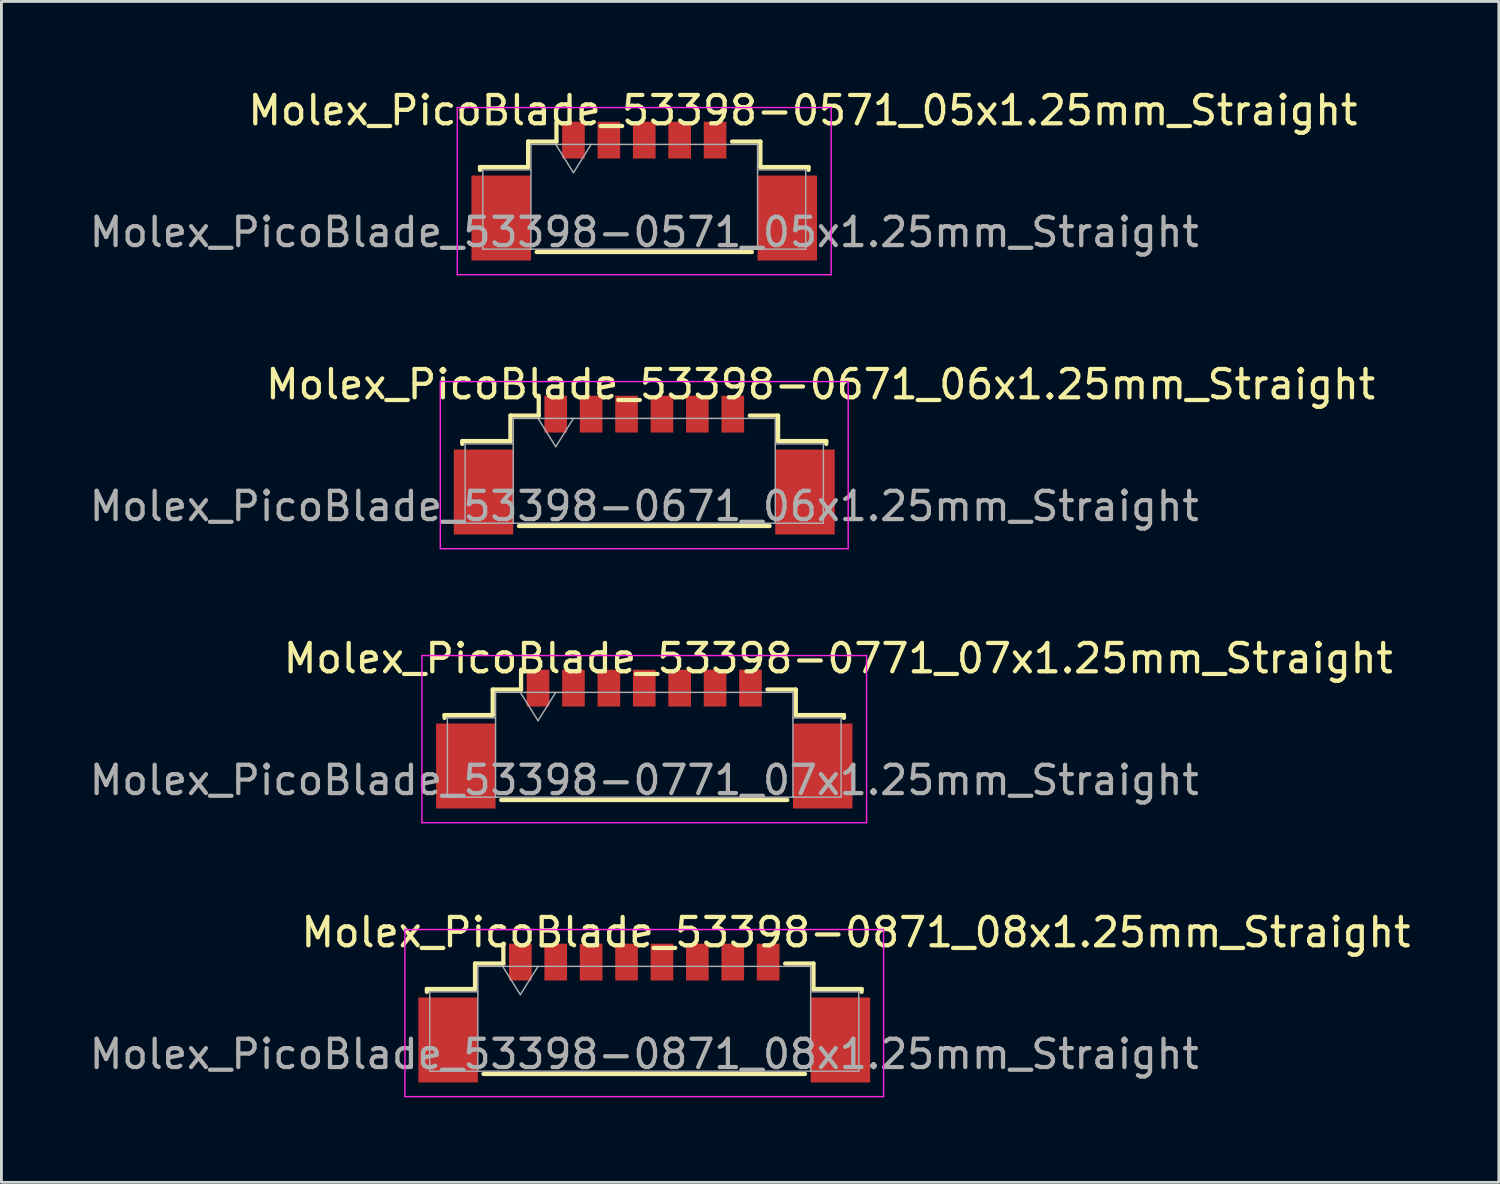
<source format=kicad_pcb>
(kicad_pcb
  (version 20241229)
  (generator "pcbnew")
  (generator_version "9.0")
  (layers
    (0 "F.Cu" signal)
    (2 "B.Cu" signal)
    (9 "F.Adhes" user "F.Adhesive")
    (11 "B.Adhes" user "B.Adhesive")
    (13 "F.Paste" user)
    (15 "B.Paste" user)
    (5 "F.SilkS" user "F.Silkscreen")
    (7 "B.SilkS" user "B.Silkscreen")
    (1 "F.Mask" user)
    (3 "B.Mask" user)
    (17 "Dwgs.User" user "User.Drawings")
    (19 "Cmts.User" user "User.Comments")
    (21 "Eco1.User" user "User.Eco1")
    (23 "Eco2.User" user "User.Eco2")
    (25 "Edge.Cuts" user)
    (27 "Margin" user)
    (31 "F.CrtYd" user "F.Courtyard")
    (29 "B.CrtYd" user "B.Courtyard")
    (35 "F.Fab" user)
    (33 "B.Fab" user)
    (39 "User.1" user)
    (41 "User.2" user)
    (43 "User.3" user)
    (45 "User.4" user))
  (footprint "Molex_PicoBlade_53398-0871_08x1.25mm_Straight"
    (layer "F.Cu")
    (at 19.696 33.668)
    (property "Reference" "Molex_PicoBlade_53398-0871_08x1.25mm_Straight" (at 0 0.5 0) (layer "F.Fab") (effects (font (size 1 1) (thickness 0.15))))
    (attr through_hole)
    (fp_line (start -7.675 -1.8) (end -7.675 -1.7) (stroke (width 0.15) (type solid)) (layer "F.SilkS"))
    (fp_line (start -5.975 -2.7) (end -5.975 -1.8) (stroke (width 0.15) (type solid)) (layer "F.SilkS"))
    (fp_line (start -5.975 -1.8) (end -7.675 -1.8) (stroke (width 0.15) (type solid)) (layer "F.SilkS"))
    (fp_line (start -5.675 1.2) (end 5.675 1.2) (stroke (width 0.15) (type solid)) (layer "F.SilkS"))
    (fp_line (start -4.975 -3.4) (end -4.975 -2.7) (stroke (width 0.15) (type solid)) (layer "F.SilkS"))
    (fp_line (start -4.975 -2.7) (end -5.975 -2.7) (stroke (width 0.15) (type solid)) (layer "F.SilkS"))
    (fp_line (start 4.975 -2.7) (end 5.975 -2.7) (stroke (width 0.15) (type solid)) (layer "F.SilkS"))
    (fp_line (start 5.975 -2.7) (end 5.975 -1.8) (stroke (width 0.15) (type solid)) (layer "F.SilkS"))
    (fp_line (start 5.975 -1.8) (end 7.675 -1.8) (stroke (width 0.15) (type solid)) (layer "F.SilkS"))
    (fp_line (start 7.675 -1.8) (end 7.675 -1.7) (stroke (width 0.15) (type solid)) (layer "F.SilkS"))
    (fp_line (start -8.45 -3.9) (end -8.45 2) (stroke (width 0.05) (type solid)) (layer "F.CrtYd"))
    (fp_line (start -8.45 2) (end 8.45 2) (stroke (width 0.05) (type solid)) (layer "F.CrtYd"))
    (fp_line (start 8.45 -3.9) (end -8.45 -3.9) (stroke (width 0.05) (type solid)) (layer "F.CrtYd"))
    (fp_line (start 8.45 2) (end 8.45 -3.9) (stroke (width 0.05) (type solid)) (layer "F.CrtYd"))
    (fp_line (start -7.575 -1.7) (end -5.875 -1.7) (stroke (width 0.05) (type solid)) (layer "F.Fab"))
    (fp_line (start -7.575 1.1) (end -7.575 -1.7) (stroke (width 0.05) (type solid)) (layer "F.Fab"))
    (fp_line (start -5.875 -2.6) (end 5.875 -2.6) (stroke (width 0.05) (type solid)) (layer "F.Fab"))
    (fp_line (start -5.875 1.1) (end -7.575 1.1) (stroke (width 0.05) (type solid)) (layer "F.Fab"))
    (fp_line (start -5.875 1.1) (end -5.875 -2.6) (stroke (width 0.05) (type solid)) (layer "F.Fab"))
    (fp_line (start -5 -2.6) (end -4.375 -1.6) (stroke (width 0.05) (type solid)) (layer "F.Fab"))
    (fp_line (start -4.375 -1.6) (end -3.75 -2.6) (stroke (width 0.05) (type solid)) (layer "F.Fab"))
    (fp_line (start 5.875 -2.6) (end 5.875 1.1) (stroke (width 0.05) (type solid)) (layer "F.Fab"))
    (fp_line (start 5.875 -1.7) (end 7.575 -1.7) (stroke (width 0.05) (type solid)) (layer "F.Fab"))
    (fp_line (start 5.875 1.1) (end -5.875 1.1) (stroke (width 0.05) (type solid)) (layer "F.Fab"))
    (fp_line (start 7.575 -1.7) (end 7.575 1.1) (stroke (width 0.05) (type solid)) (layer "F.Fab"))
    (fp_line (start 7.575 1.1) (end 5.875 1.1) (stroke (width 0.05) (type solid)) (layer "F.Fab"))
    (fp_text user "${REFERENCE}" (at 7.475 -3.8 0) (layer "F.SilkS") (effects (font (size 1 1) (thickness 0.15))))
    (pad "" smd rect (at -6.925 0) (size 2.1 3) (layers "F.Cu" "F.Mask" "F.Paste"))
    (pad "" smd rect (at 6.925 0) (size 2.1 3) (layers "F.Cu" "F.Mask" "F.Paste"))
    (pad "1" smd rect (at -4.375 -2.75) (size 0.8 1.3) (layers "F.Cu" "F.Mask" "F.Paste"))
    (pad "2" smd rect (at -3.125 -2.75) (size 0.8 1.3) (layers "F.Cu" "F.Mask" "F.Paste"))
    (pad "3" smd rect (at -1.875 -2.75) (size 0.8 1.3) (layers "F.Cu" "F.Mask" "F.Paste"))
    (pad "4" smd rect (at -0.625 -2.75) (size 0.8 1.3) (layers "F.Cu" "F.Mask" "F.Paste"))
    (pad "5" smd rect (at 0.625 -2.75) (size 0.8 1.3) (layers "F.Cu" "F.Mask" "F.Paste"))
    (pad "6" smd rect (at 1.875 -2.75) (size 0.8 1.3) (layers "F.Cu" "F.Mask" "F.Paste"))
    (pad "7" smd rect (at 3.125 -2.75) (size 0.8 1.3) (layers "F.Cu" "F.Mask" "F.Paste"))
    (pad "8" smd rect (at 4.375 -2.75) (size 0.8 1.3) (layers "F.Cu" "F.Mask" "F.Paste")))
  (footprint "Molex_PicoBlade_53398-0771_07x1.25mm_Straight"
    (layer "F.Cu")
    (at 19.696 23.995)
    (property "Reference" "Molex_PicoBlade_53398-0771_07x1.25mm_Straight" (at 0 0.5 0) (layer "F.Fab") (effects (font (size 1 1) (thickness 0.15))))
    (attr through_hole)
    (fp_line (start -7.05 -1.8) (end -7.05 -1.7) (stroke (width 0.15) (type solid)) (layer "F.SilkS"))
    (fp_line (start -5.35 -2.7) (end -5.35 -1.8) (stroke (width 0.15) (type solid)) (layer "F.SilkS"))
    (fp_line (start -5.35 -1.8) (end -7.05 -1.8) (stroke (width 0.15) (type solid)) (layer "F.SilkS"))
    (fp_line (start -5.05 1.2) (end 5.05 1.2) (stroke (width 0.15) (type solid)) (layer "F.SilkS"))
    (fp_line (start -4.35 -3.4) (end -4.35 -2.7) (stroke (width 0.15) (type solid)) (layer "F.SilkS"))
    (fp_line (start -4.35 -2.7) (end -5.35 -2.7) (stroke (width 0.15) (type solid)) (layer "F.SilkS"))
    (fp_line (start 4.35 -2.7) (end 5.35 -2.7) (stroke (width 0.15) (type solid)) (layer "F.SilkS"))
    (fp_line (start 5.35 -2.7) (end 5.35 -1.8) (stroke (width 0.15) (type solid)) (layer "F.SilkS"))
    (fp_line (start 5.35 -1.8) (end 7.05 -1.8) (stroke (width 0.15) (type solid)) (layer "F.SilkS"))
    (fp_line (start 7.05 -1.8) (end 7.05 -1.7) (stroke (width 0.15) (type solid)) (layer "F.SilkS"))
    (fp_line (start -7.85 -3.9) (end -7.85 2) (stroke (width 0.05) (type solid)) (layer "F.CrtYd"))
    (fp_line (start -7.85 2) (end 7.85 2) (stroke (width 0.05) (type solid)) (layer "F.CrtYd"))
    (fp_line (start 7.85 -3.9) (end -7.85 -3.9) (stroke (width 0.05) (type solid)) (layer "F.CrtYd"))
    (fp_line (start 7.85 2) (end 7.85 -3.9) (stroke (width 0.05) (type solid)) (layer "F.CrtYd"))
    (fp_line (start -6.95 -1.7) (end -5.25 -1.7) (stroke (width 0.05) (type solid)) (layer "F.Fab"))
    (fp_line (start -6.95 1.1) (end -6.95 -1.7) (stroke (width 0.05) (type solid)) (layer "F.Fab"))
    (fp_line (start -5.25 -2.6) (end 5.25 -2.6) (stroke (width 0.05) (type solid)) (layer "F.Fab"))
    (fp_line (start -5.25 1.1) (end -6.95 1.1) (stroke (width 0.05) (type solid)) (layer "F.Fab"))
    (fp_line (start -5.25 1.1) (end -5.25 -2.6) (stroke (width 0.05) (type solid)) (layer "F.Fab"))
    (fp_line (start -4.375 -2.6) (end -3.75 -1.6) (stroke (width 0.05) (type solid)) (layer "F.Fab"))
    (fp_line (start -3.75 -1.6) (end -3.125 -2.6) (stroke (width 0.05) (type solid)) (layer "F.Fab"))
    (fp_line (start 5.25 -2.6) (end 5.25 1.1) (stroke (width 0.05) (type solid)) (layer "F.Fab"))
    (fp_line (start 5.25 -1.7) (end 6.95 -1.7) (stroke (width 0.05) (type solid)) (layer "F.Fab"))
    (fp_line (start 5.25 1.1) (end -5.25 1.1) (stroke (width 0.05) (type solid)) (layer "F.Fab"))
    (fp_line (start 6.95 -1.7) (end 6.95 1.1) (stroke (width 0.05) (type solid)) (layer "F.Fab"))
    (fp_line (start 6.95 1.1) (end 5.25 1.1) (stroke (width 0.05) (type solid)) (layer "F.Fab"))
    (fp_text user "${REFERENCE}" (at 6.85 -3.8 0) (layer "F.SilkS") (effects (font (size 1 1) (thickness 0.15))))
    (pad "" smd rect (at -6.3 0) (size 2.1 3) (layers "F.Cu" "F.Mask" "F.Paste"))
    (pad "" smd rect (at 6.3 0) (size 2.1 3) (layers "F.Cu" "F.Mask" "F.Paste"))
    (pad "1" smd rect (at -3.75 -2.75) (size 0.8 1.3) (layers "F.Cu" "F.Mask" "F.Paste"))
    (pad "2" smd rect (at -2.5 -2.75) (size 0.8 1.3) (layers "F.Cu" "F.Mask" "F.Paste"))
    (pad "3" smd rect (at -1.25 -2.75) (size 0.8 1.3) (layers "F.Cu" "F.Mask" "F.Paste"))
    (pad "4" smd rect (at 0 -2.75) (size 0.8 1.3) (layers "F.Cu" "F.Mask" "F.Paste"))
    (pad "5" smd rect (at 1.25 -2.75) (size 0.8 1.3) (layers "F.Cu" "F.Mask" "F.Paste"))
    (pad "6" smd rect (at 2.5 -2.75) (size 0.8 1.3) (layers "F.Cu" "F.Mask" "F.Paste"))
    (pad "7" smd rect (at 3.75 -2.75) (size 0.8 1.3) (layers "F.Cu" "F.Mask" "F.Paste")))
  (footprint "Molex_PicoBlade_53398-0571_05x1.25mm_Straight"
    (layer "F.Cu")
    (at 19.696 4.648)
    (property "Reference" "Molex_PicoBlade_53398-0571_05x1.25mm_Straight" (at 0 0.5 0) (layer "F.Fab") (effects (font (size 1 1) (thickness 0.15))))
    (attr through_hole)
    (fp_line (start -5.8 -1.8) (end -5.8 -1.7) (stroke (width 0.15) (type solid)) (layer "F.SilkS"))
    (fp_line (start -4.1 -2.7) (end -4.1 -1.8) (stroke (width 0.15) (type solid)) (layer "F.SilkS"))
    (fp_line (start -4.1 -1.8) (end -5.8 -1.8) (stroke (width 0.15) (type solid)) (layer "F.SilkS"))
    (fp_line (start -3.8 1.2) (end 3.8 1.2) (stroke (width 0.15) (type solid)) (layer "F.SilkS"))
    (fp_line (start -3.1 -3.4) (end -3.1 -2.7) (stroke (width 0.15) (type solid)) (layer "F.SilkS"))
    (fp_line (start -3.1 -2.7) (end -4.1 -2.7) (stroke (width 0.15) (type solid)) (layer "F.SilkS"))
    (fp_line (start 3.1 -2.7) (end 4.1 -2.7) (stroke (width 0.15) (type solid)) (layer "F.SilkS"))
    (fp_line (start 4.1 -2.7) (end 4.1 -1.8) (stroke (width 0.15) (type solid)) (layer "F.SilkS"))
    (fp_line (start 4.1 -1.8) (end 5.8 -1.8) (stroke (width 0.15) (type solid)) (layer "F.SilkS"))
    (fp_line (start 5.8 -1.8) (end 5.8 -1.7) (stroke (width 0.15) (type solid)) (layer "F.SilkS"))
    (fp_line (start -6.6 -3.9) (end -6.6 2) (stroke (width 0.05) (type solid)) (layer "F.CrtYd"))
    (fp_line (start -6.6 2) (end 6.6 2) (stroke (width 0.05) (type solid)) (layer "F.CrtYd"))
    (fp_line (start 6.6 -3.9) (end -6.6 -3.9) (stroke (width 0.05) (type solid)) (layer "F.CrtYd"))
    (fp_line (start 6.6 2) (end 6.6 -3.9) (stroke (width 0.05) (type solid)) (layer "F.CrtYd"))
    (fp_line (start -5.7 -1.7) (end -4 -1.7) (stroke (width 0.05) (type solid)) (layer "F.Fab"))
    (fp_line (start -5.7 1.1) (end -5.7 -1.7) (stroke (width 0.05) (type solid)) (layer "F.Fab"))
    (fp_line (start -4 -2.6) (end 4 -2.6) (stroke (width 0.05) (type solid)) (layer "F.Fab"))
    (fp_line (start -4 1.1) (end -5.7 1.1) (stroke (width 0.05) (type solid)) (layer "F.Fab"))
    (fp_line (start -4 1.1) (end -4 -2.6) (stroke (width 0.05) (type solid)) (layer "F.Fab"))
    (fp_line (start -3.125 -2.6) (end -2.5 -1.6) (stroke (width 0.05) (type solid)) (layer "F.Fab"))
    (fp_line (start -2.5 -1.6) (end -1.875 -2.6) (stroke (width 0.05) (type solid)) (layer "F.Fab"))
    (fp_line (start 4 -2.6) (end 4 1.1) (stroke (width 0.05) (type solid)) (layer "F.Fab"))
    (fp_line (start 4 -1.7) (end 5.7 -1.7) (stroke (width 0.05) (type solid)) (layer "F.Fab"))
    (fp_line (start 4 1.1) (end -4 1.1) (stroke (width 0.05) (type solid)) (layer "F.Fab"))
    (fp_line (start 5.7 -1.7) (end 5.7 1.1) (stroke (width 0.05) (type solid)) (layer "F.Fab"))
    (fp_line (start 5.7 1.1) (end 4 1.1) (stroke (width 0.05) (type solid)) (layer "F.Fab"))
    (fp_text user "${REFERENCE}" (at 5.6 -3.8 0) (layer "F.SilkS") (effects (font (size 1 1) (thickness 0.15))))
    (pad "" smd rect (at -5.05 0) (size 2.1 3) (layers "F.Cu" "F.Mask" "F.Paste"))
    (pad "" smd rect (at 5.05 0) (size 2.1 3) (layers "F.Cu" "F.Mask" "F.Paste"))
    (pad "1" smd rect (at -2.5 -2.75) (size 0.8 1.3) (layers "F.Cu" "F.Mask" "F.Paste"))
    (pad "2" smd rect (at -1.25 -2.75) (size 0.8 1.3) (layers "F.Cu" "F.Mask" "F.Paste"))
    (pad "3" smd rect (at 0 -2.75) (size 0.8 1.3) (layers "F.Cu" "F.Mask" "F.Paste"))
    (pad "4" smd rect (at 1.25 -2.75) (size 0.8 1.3) (layers "F.Cu" "F.Mask" "F.Paste"))
    (pad "5" smd rect (at 2.5 -2.75) (size 0.8 1.3) (layers "F.Cu" "F.Mask" "F.Paste")))
  (footprint "Molex_PicoBlade_53398-0671_06x1.25mm_Straight"
    (layer "F.Cu")
    (at 19.696 14.322)
    (property "Reference" "Molex_PicoBlade_53398-0671_06x1.25mm_Straight" (at 0 0.5 0) (layer "F.Fab") (effects (font (size 1 1) (thickness 0.15))))
    (attr through_hole)
    (fp_line (start -6.425 -1.8) (end -6.425 -1.7) (stroke (width 0.15) (type solid)) (layer "F.SilkS"))
    (fp_line (start -4.725 -2.7) (end -4.725 -1.8) (stroke (width 0.15) (type solid)) (layer "F.SilkS"))
    (fp_line (start -4.725 -1.8) (end -6.425 -1.8) (stroke (width 0.15) (type solid)) (layer "F.SilkS"))
    (fp_line (start -4.425 1.2) (end 4.425 1.2) (stroke (width 0.15) (type solid)) (layer "F.SilkS"))
    (fp_line (start -3.725 -3.4) (end -3.725 -2.7) (stroke (width 0.15) (type solid)) (layer "F.SilkS"))
    (fp_line (start -3.725 -2.7) (end -4.725 -2.7) (stroke (width 0.15) (type solid)) (layer "F.SilkS"))
    (fp_line (start 3.725 -2.7) (end 4.725 -2.7) (stroke (width 0.15) (type solid)) (layer "F.SilkS"))
    (fp_line (start 4.725 -2.7) (end 4.725 -1.8) (stroke (width 0.15) (type solid)) (layer "F.SilkS"))
    (fp_line (start 4.725 -1.8) (end 6.425 -1.8) (stroke (width 0.15) (type solid)) (layer "F.SilkS"))
    (fp_line (start 6.425 -1.8) (end 6.425 -1.7) (stroke (width 0.15) (type solid)) (layer "F.SilkS"))
    (fp_line (start -7.2 -3.9) (end -7.2 2) (stroke (width 0.05) (type solid)) (layer "F.CrtYd"))
    (fp_line (start -7.2 2) (end 7.2 2) (stroke (width 0.05) (type solid)) (layer "F.CrtYd"))
    (fp_line (start 7.2 -3.9) (end -7.2 -3.9) (stroke (width 0.05) (type solid)) (layer "F.CrtYd"))
    (fp_line (start 7.2 2) (end 7.2 -3.9) (stroke (width 0.05) (type solid)) (layer "F.CrtYd"))
    (fp_line (start -6.325 -1.7) (end -4.625 -1.7) (stroke (width 0.05) (type solid)) (layer "F.Fab"))
    (fp_line (start -6.325 1.1) (end -6.325 -1.7) (stroke (width 0.05) (type solid)) (layer "F.Fab"))
    (fp_line (start -4.625 -2.6) (end 4.625 -2.6) (stroke (width 0.05) (type solid)) (layer "F.Fab"))
    (fp_line (start -4.625 1.1) (end -6.325 1.1) (stroke (width 0.05) (type solid)) (layer "F.Fab"))
    (fp_line (start -4.625 1.1) (end -4.625 -2.6) (stroke (width 0.05) (type solid)) (layer "F.Fab"))
    (fp_line (start -3.75 -2.6) (end -3.125 -1.6) (stroke (width 0.05) (type solid)) (layer "F.Fab"))
    (fp_line (start -3.125 -1.6) (end -2.5 -2.6) (stroke (width 0.05) (type solid)) (layer "F.Fab"))
    (fp_line (start 4.625 -2.6) (end 4.625 1.1) (stroke (width 0.05) (type solid)) (layer "F.Fab"))
    (fp_line (start 4.625 -1.7) (end 6.325 -1.7) (stroke (width 0.05) (type solid)) (layer "F.Fab"))
    (fp_line (start 4.625 1.1) (end -4.625 1.1) (stroke (width 0.05) (type solid)) (layer "F.Fab"))
    (fp_line (start 6.325 -1.7) (end 6.325 1.1) (stroke (width 0.05) (type solid)) (layer "F.Fab"))
    (fp_line (start 6.325 1.1) (end 4.625 1.1) (stroke (width 0.05) (type solid)) (layer "F.Fab"))
    (fp_text user "${REFERENCE}" (at 6.225 -3.8 0) (layer "F.SilkS") (effects (font (size 1 1) (thickness 0.15))))
    (pad "" smd rect (at -5.675 0) (size 2.1 3) (layers "F.Cu" "F.Mask" "F.Paste"))
    (pad "" smd rect (at 5.675 0) (size 2.1 3) (layers "F.Cu" "F.Mask" "F.Paste"))
    (pad "1" smd rect (at -3.125 -2.75) (size 0.8 1.3) (layers "F.Cu" "F.Mask" "F.Paste"))
    (pad "2" smd rect (at -1.875 -2.75) (size 0.8 1.3) (layers "F.Cu" "F.Mask" "F.Paste"))
    (pad "3" smd rect (at -0.625 -2.75) (size 0.8 1.3) (layers "F.Cu" "F.Mask" "F.Paste"))
    (pad "4" smd rect (at 0.625 -2.75) (size 0.8 1.3) (layers "F.Cu" "F.Mask" "F.Paste"))
    (pad "5" smd rect (at 1.875 -2.75) (size 0.8 1.3) (layers "F.Cu" "F.Mask" "F.Paste"))
    (pad "6" smd rect (at 3.125 -2.75) (size 0.8 1.3) (layers "F.Cu" "F.Mask" "F.Paste")))
  (gr_rect
    (start -3 -3)
    (end 49.868 38.693)
    (stroke (width 0.1) (type default))
    (fill no)
    (layer "Edge.Cuts")))
</source>
